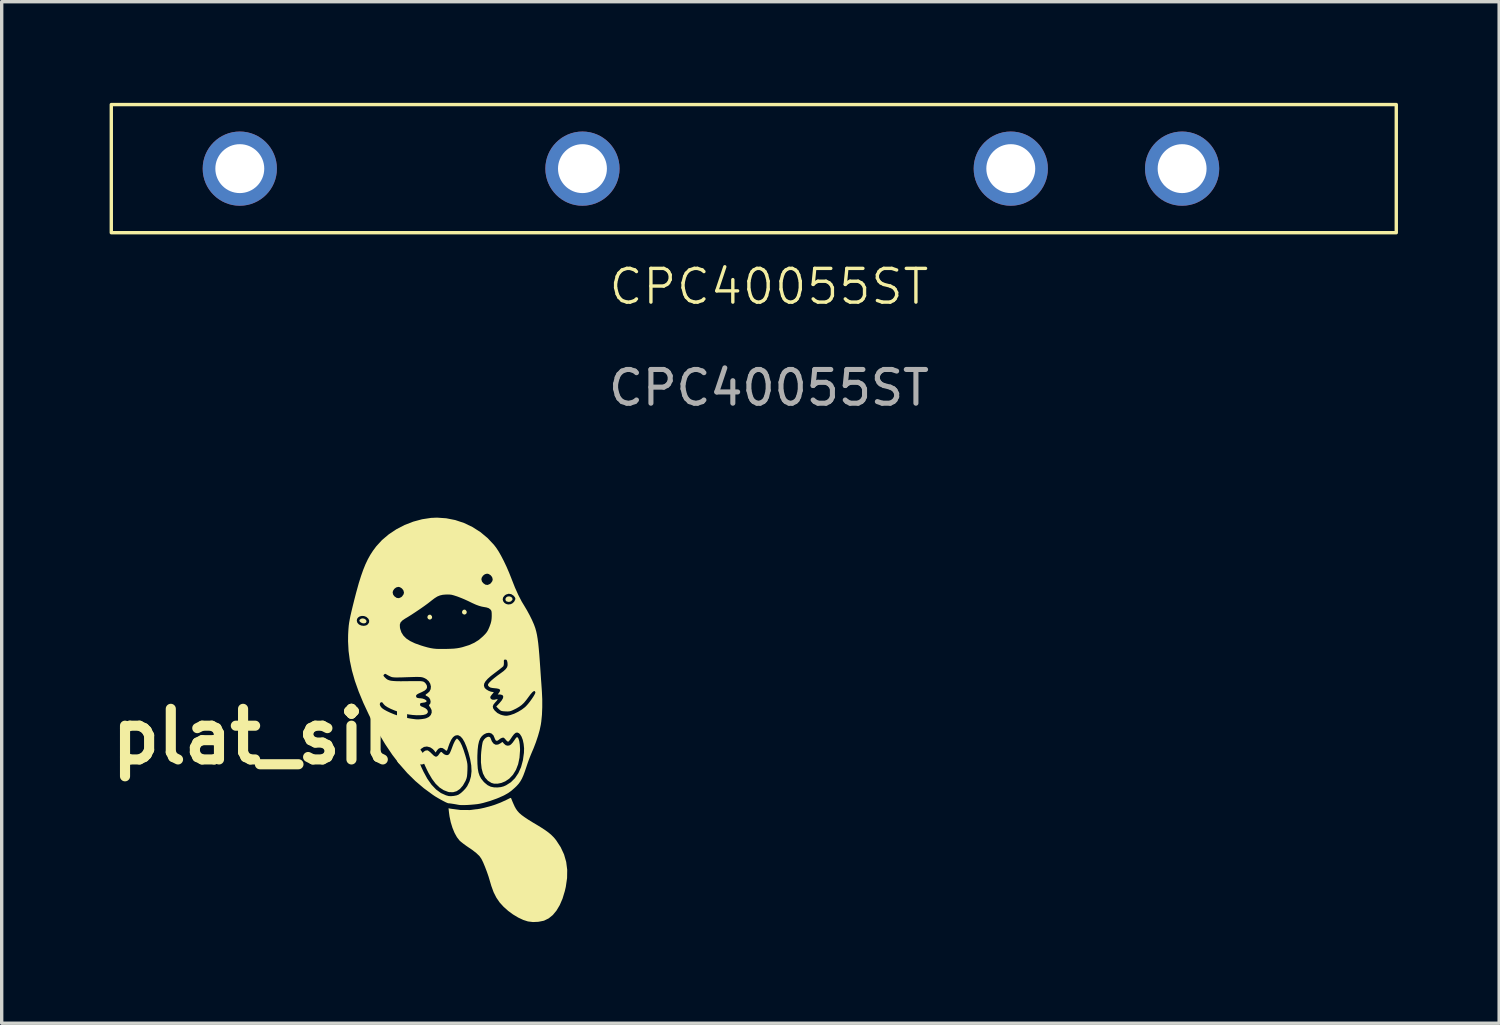
<source format=kicad_pcb>
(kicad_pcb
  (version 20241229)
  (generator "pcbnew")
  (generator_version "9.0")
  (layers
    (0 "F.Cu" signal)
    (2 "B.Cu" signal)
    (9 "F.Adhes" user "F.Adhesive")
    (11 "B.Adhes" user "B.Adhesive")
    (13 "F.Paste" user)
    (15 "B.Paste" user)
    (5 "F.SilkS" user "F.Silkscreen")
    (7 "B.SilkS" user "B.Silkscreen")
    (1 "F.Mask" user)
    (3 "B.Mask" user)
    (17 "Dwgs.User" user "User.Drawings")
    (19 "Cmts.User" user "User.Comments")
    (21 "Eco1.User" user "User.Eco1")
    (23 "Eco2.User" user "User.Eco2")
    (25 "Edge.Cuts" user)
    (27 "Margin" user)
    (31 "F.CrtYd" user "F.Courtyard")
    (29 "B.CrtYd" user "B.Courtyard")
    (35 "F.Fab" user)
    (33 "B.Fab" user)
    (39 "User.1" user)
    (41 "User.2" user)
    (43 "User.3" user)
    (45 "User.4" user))
  (footprint "CPC40055ST"
    (layer "F.Cu")
    (at 0.25 1.95)
    (property "Reference" "CPC40055ST" (at 19.5 3.5 0) (unlocked yes) (layer "F.SilkS") (effects (font (size 1 1) (thickness 0.1))))
    (attr through_hole)
    (fp_rect (start 0 -1.9) (end 38.1 1.9) (stroke (width 0.1) (type default)) (fill no) (layer "F.SilkS"))
    (fp_text user "${REFERENCE}" (at 19.5 6.5 0) (unlocked yes) (layer "F.Fab") (effects (font (size 1 1) (thickness 0.15))))
    (pad "1" thru_hole circle (at 3.81 0) (size 2.2 2.2) (drill 1.45) (layers "*.Cu" "*.Mask"))
    (pad "2" thru_hole circle (at 13.97 0) (size 2.2 2.2) (drill 1.45) (layers "*.Cu" "*.Mask"))
    (pad "3" thru_hole circle (at 26.67 0) (size 2.2 2.2) (drill 1.45) (layers "*.Cu" "*.Mask"))
    (pad "4" thru_hole circle (at 31.75 0) (size 2.2 2.2) (drill 1.45) (layers "*.Cu" "*.Mask")))
  (footprint "plat_silk"
    (layer "F.Cu")
    (at 10.514 18.289)
    (property "Reference" "plat_silk" (at -5.5 0.5 0) (layer "F.SilkS") (effects (font (size 1.5 1.5) (thickness 0.3))))
    (attr board_only exclude_from_pos_files exclude_from_bom)
    (fp_poly (pts (xy -0.789 -3.105) (xy -0.757 -3.069) (xy -0.752 -3.025) (xy -0.771 -2.988) (xy -0.811 -2.968) (xy -0.821 -2.967) (xy -0.861 -2.981) (xy -0.876 -2.994) (xy -0.893 -3.036) (xy -0.883 -3.077) (xy -0.854 -3.106) (xy -0.815 -3.115)) (stroke (width 0) (type solid)) (fill yes) (layer "F.SilkS"))
    (fp_poly (pts (xy 0.238 -3.255) (xy 0.27 -3.218) (xy 0.275 -3.175) (xy 0.256 -3.137) (xy 0.216 -3.117) (xy 0.205 -3.117) (xy 0.166 -3.13) (xy 0.15 -3.144) (xy 0.134 -3.185) (xy 0.144 -3.226) (xy 0.173 -3.256) (xy 0.212 -3.264)) (stroke (width 0) (type solid)) (fill yes) (layer "F.SilkS"))
    (fp_poly (pts (xy 1.587 -3.641) (xy 1.621 -3.613) (xy 1.633 -3.575) (xy 1.626 -3.55) (xy 1.584 -3.507) (xy 1.525 -3.491) (xy 1.462 -3.504) (xy 1.451 -3.51) (xy 1.423 -3.545) (xy 1.424 -3.59) (xy 1.448 -3.629) (xy 1.491 -3.653) (xy 1.541 -3.656)) (stroke (width 0) (type solid)) (fill yes) (layer "F.SilkS"))
    (fp_poly (pts (xy -2.752 -2.99) (xy -2.71 -2.956) (xy -2.705 -2.947) (xy -2.697 -2.905) (xy -2.716 -2.874) (xy -2.755 -2.858) (xy -2.805 -2.858) (xy -2.858 -2.878) (xy -2.877 -2.892) (xy -2.906 -2.922) (xy -2.907 -2.949) (xy -2.9 -2.962) (xy -2.861 -2.994) (xy -2.807 -3.004)) (stroke (width 0) (type solid)) (fill yes) (layer "F.SilkS"))
    (fp_poly (pts (xy 0.967 0.522) (xy 0.981 0.546) (xy 1.022 0.647) (xy 1.073 0.712) (xy 1.134 0.743) (xy 1.204 0.737) (xy 1.271 0.703) (xy 1.334 0.659) (xy 1.382 0.715) (xy 1.433 0.758) (xy 1.489 0.771) (xy 1.489 0.771) (xy 1.54 0.763) (xy 1.587 0.734) (xy 1.637 0.68) (xy 1.693 0.601) (xy 1.731 0.546) (xy 1.758 0.52) (xy 1.777 0.519) (xy 1.781 0.522) (xy 1.811 0.566) (xy 1.833 0.642) (xy 1.848 0.744) (xy 1.855 0.868) (xy 1.855 0.914) (xy 1.839 1.127) (xy 1.799 1.319) (xy 1.734 1.488) (xy 1.646 1.631) (xy 1.536 1.748) (xy 1.417 1.828) (xy 1.303 1.875) (xy 1.188 1.898) (xy 1.082 1.896) (xy 1.008 1.875) (xy 0.902 1.809) (xy 0.818 1.715) (xy 0.756 1.594) (xy 0.716 1.443) (xy 0.696 1.263) (xy 0.698 1.053) (xy 0.705 0.955) (xy 0.716 0.857) (xy 0.728 0.767) (xy 0.741 0.695) (xy 0.752 0.65) (xy 0.753 0.647) (xy 0.789 0.587) (xy 0.835 0.541) (xy 0.885 0.513) (xy 0.932 0.505)) (stroke (width 0) (type solid)) (fill yes) (layer "F.SilkS"))
    (fp_poly (pts (xy 0.029 0.598) (xy 0.078 0.661) (xy 0.129 0.762) (xy 0.181 0.898) (xy 0.236 1.071) (xy 0.236 1.072) (xy 0.264 1.171) (xy 0.282 1.247) (xy 0.293 1.312) (xy 0.297 1.378) (xy 0.296 1.459) (xy 0.295 1.502) (xy 0.29 1.601) (xy 0.283 1.674) (xy 0.271 1.731) (xy 0.252 1.784) (xy 0.239 1.815) (xy 0.162 1.951) (xy 0.074 2.053) (xy -0.024 2.12) (xy -0.131 2.151) (xy -0.247 2.147) (xy -0.281 2.139) (xy -0.411 2.089) (xy -0.532 2.01) (xy -0.646 1.9) (xy -0.753 1.758) (xy -0.857 1.581) (xy -0.897 1.502) (xy -0.958 1.373) (xy -1.003 1.272) (xy -1.034 1.192) (xy -1.05 1.13) (xy -1.056 1.08) (xy -1.05 1.036) (xy -1.045 1.016) (xy -1.01 0.957) (xy -0.956 0.919) (xy -0.896 0.908) (xy -0.886 0.91) (xy -0.855 0.927) (xy -0.809 0.963) (xy -0.762 1.009) (xy -0.7 1.068) (xy -0.652 1.096) (xy -0.61 1.092) (xy -0.571 1.058) (xy -0.548 1.026) (xy -0.513 0.977) (xy -0.488 0.956) (xy -0.466 0.961) (xy -0.447 0.981) (xy -0.398 1.024) (xy -0.341 1.048) (xy -0.291 1.05) (xy -0.28 1.045) (xy -0.257 1.03) (xy -0.237 1.008) (xy -0.217 0.971) (xy -0.193 0.915) (xy -0.161 0.832) (xy -0.149 0.798) (xy -0.119 0.721) (xy -0.087 0.654) (xy -0.061 0.608) (xy -0.053 0.598) (xy -0.015 0.557)) (stroke (width 0) (type solid)) (fill yes) (layer "F.SilkS"))
    (fp_poly (pts (xy 1.589 2.327) (xy 1.598 2.345) (xy 1.611 2.38) (xy 1.634 2.436) (xy 1.658 2.491) (xy 1.695 2.573) (xy 1.734 2.643) (xy 1.779 2.707) (xy 1.833 2.767) (xy 1.902 2.827) (xy 1.99 2.891) (xy 2.099 2.964) (xy 2.235 3.048) (xy 2.327 3.102) (xy 2.479 3.195) (xy 2.603 3.276) (xy 2.704 3.35) (xy 2.786 3.42) (xy 2.857 3.491) (xy 2.92 3.567) (xy 2.928 3.578) (xy 3.061 3.782) (xy 3.16 3.995) (xy 3.224 4.217) (xy 3.254 4.45) (xy 3.25 4.696) (xy 3.212 4.957) (xy 3.183 5.082) (xy 3.116 5.304) (xy 3.033 5.497) (xy 2.936 5.66) (xy 2.827 5.792) (xy 2.705 5.891) (xy 2.573 5.956) (xy 2.551 5.963) (xy 2.398 5.993) (xy 2.238 6) (xy 2.09 5.982) (xy 1.952 5.938) (xy 1.801 5.867) (xy 1.646 5.774) (xy 1.508 5.673) (xy 1.367 5.547) (xy 1.25 5.418) (xy 1.153 5.276) (xy 1.072 5.116) (xy 1.004 4.93) (xy 0.962 4.787) (xy 0.922 4.653) (xy 0.872 4.508) (xy 0.817 4.364) (xy 0.762 4.232) (xy 0.71 4.127) (xy 0.652 4.044) (xy 0.559 3.955) (xy 0.433 3.857) (xy 0.345 3.798) (xy 0.259 3.739) (xy 0.177 3.679) (xy 0.108 3.625) (xy 0.061 3.583) (xy -0.015 3.485) (xy -0.086 3.358) (xy -0.148 3.207) (xy -0.199 3.041) (xy -0.236 2.866) (xy -0.251 2.755) (xy -0.265 2.626) (xy -0.202 2.639) (xy 0.081 2.677) (xy 0.366 2.679) (xy 0.653 2.643) (xy 0.747 2.623) (xy 0.938 2.575) (xy 1.112 2.521) (xy 1.281 2.456) (xy 1.458 2.375) (xy 1.572 2.318)) (stroke (width 0) (type solid)) (fill yes) (layer "F.SilkS"))
    (fp_poly (pts (xy -0.334 -5.972) (xy -0.065 -5.919) (xy 0.196 -5.832) (xy 0.444 -5.713) (xy 0.677 -5.565) (xy 0.889 -5.389) (xy 1.079 -5.188) (xy 1.144 -5.104) (xy 1.214 -4.999) (xy 1.291 -4.865) (xy 1.372 -4.709) (xy 1.454 -4.537) (xy 1.532 -4.356) (xy 1.605 -4.172) (xy 1.605 -4.171) (xy 1.705 -3.918) (xy 1.804 -3.698) (xy 1.903 -3.506) (xy 1.986 -3.369) (xy 2.063 -3.239) (xy 2.139 -3.099) (xy 2.209 -2.958) (xy 2.267 -2.826) (xy 2.308 -2.714) (xy 2.31 -2.706) (xy 2.335 -2.616) (xy 2.357 -2.517) (xy 2.376 -2.403) (xy 2.394 -2.271) (xy 2.41 -2.115) (xy 2.426 -1.932) (xy 2.442 -1.716) (xy 2.444 -1.689) (xy 2.455 -1.531) (xy 2.466 -1.366) (xy 2.477 -1.205) (xy 2.488 -1.055) (xy 2.497 -0.927) (xy 2.503 -0.84) (xy 2.514 -0.603) (xy 2.514 -0.369) (xy 2.505 -0.146) (xy 2.485 0.055) (xy 2.471 0.149) (xy 2.438 0.306) (xy 2.388 0.482) (xy 2.326 0.668) (xy 2.256 0.85) (xy 2.215 0.945) (xy 2.174 1.042) (xy 2.128 1.158) (xy 2.084 1.279) (xy 2.052 1.375) (xy 2.001 1.526) (xy 1.956 1.647) (xy 1.912 1.746) (xy 1.866 1.827) (xy 1.815 1.899) (xy 1.754 1.967) (xy 1.695 2.023) (xy 1.596 2.109) (xy 1.502 2.176) (xy 1.394 2.237) (xy 1.354 2.257) (xy 1.172 2.336) (xy 0.968 2.409) (xy 0.76 2.469) (xy 0.663 2.491) (xy 0.592 2.503) (xy 0.5 2.513) (xy 0.395 2.522) (xy 0.289 2.529) (xy 0.19 2.532) (xy 0.109 2.532) (xy 0.056 2.528) (xy 0.014 2.521) (xy -0.05 2.509) (xy -0.121 2.497) (xy -0.188 2.487) (xy -0.239 2.48) (xy -0.266 2.479) (xy -0.266 2.479) (xy -0.293 2.472) (xy -0.344 2.45) (xy -0.413 2.415) (xy -0.493 2.372) (xy -0.578 2.324) (xy -0.66 2.275) (xy -0.729 2.229) (xy -0.996 2.033) (xy -1.248 1.819) (xy -1.487 1.584) (xy -1.713 1.326) (xy -1.9 1.082) (xy -1.169 1.082) (xy -1.156 1.17) (xy -1.123 1.277) (xy -1.071 1.407) (xy -1.008 1.541) (xy -0.893 1.753) (xy -0.768 1.929) (xy -0.635 2.069) (xy -0.492 2.174) (xy -0.342 2.242) (xy -0.261 2.264) (xy -0.194 2.268) (xy -0.112 2.261) (xy -0.032 2.246) (xy 0.025 2.226) (xy 0.092 2.182) (xy 0.166 2.117) (xy 0.235 2.044) (xy 0.287 1.974) (xy 0.29 1.969) (xy 0.358 1.83) (xy 0.4 1.684) (xy 0.417 1.528) (xy 0.409 1.356) (xy 0.375 1.165) (xy 0.368 1.138) (xy 0.589 1.138) (xy 0.592 1.309) (xy 0.602 1.449) (xy 0.623 1.565) (xy 0.655 1.661) (xy 0.7 1.745) (xy 0.761 1.823) (xy 0.804 1.868) (xy 0.894 1.942) (xy 0.985 1.987) (xy 1.089 2.008) (xy 1.189 2.009) (xy 1.286 1.999) (xy 1.368 1.977) (xy 1.443 1.944) (xy 1.584 1.854) (xy 1.706 1.733) (xy 1.806 1.584) (xy 1.885 1.408) (xy 1.94 1.206) (xy 1.971 0.984) (xy 1.975 0.849) (xy 1.962 0.718) (xy 1.937 0.6) (xy 1.899 0.501) (xy 1.852 0.428) (xy 1.819 0.399) (xy 1.771 0.38) (xy 1.725 0.39) (xy 1.676 0.431) (xy 1.62 0.504) (xy 1.602 0.532) (xy 1.563 0.59) (xy 1.528 0.633) (xy 1.504 0.653) (xy 1.501 0.653) (xy 1.474 0.639) (xy 1.44 0.605) (xy 1.435 0.598) (xy 1.401 0.559) (xy 1.371 0.534) (xy 1.368 0.533) (xy 1.325 0.535) (xy 1.268 0.563) (xy 1.219 0.602) (xy 1.174 0.628) (xy 1.138 0.618) (xy 1.111 0.572) (xy 1.102 0.546) (xy 1.065 0.462) (xy 1.008 0.409) (xy 0.937 0.388) (xy 0.855 0.401) (xy 0.783 0.437) (xy 0.723 0.488) (xy 0.675 0.555) (xy 0.639 0.642) (xy 0.614 0.753) (xy 0.598 0.892) (xy 0.59 1.062) (xy 0.589 1.138) (xy 0.368 1.138) (xy 0.324 0.971) (xy 0.267 0.801) (xy 0.21 0.666) (xy 0.153 0.567) (xy 0.094 0.5) (xy 0.032 0.465) (xy -0.009 0.459) (xy -0.073 0.474) (xy -0.131 0.518) (xy -0.185 0.595) (xy -0.236 0.706) (xy -0.271 0.802) (xy -0.293 0.872) (xy -0.31 0.91) (xy -0.326 0.922) (xy -0.346 0.912) (xy -0.371 0.889) (xy -0.438 0.843) (xy -0.503 0.834) (xy -0.563 0.861) (xy -0.604 0.906) (xy -0.649 0.973) (xy -0.691 0.913) (xy -0.736 0.868) (xy -0.795 0.828) (xy -0.815 0.818) (xy -0.906 0.795) (xy -0.993 0.808) (xy -1.071 0.858) (xy -1.098 0.885) (xy -1.139 0.944) (xy -1.163 1.008) (xy -1.169 1.082) (xy -1.9 1.082) (xy -1.931 1.042) (xy -2.141 0.729) (xy -2.347 0.386) (xy -2.549 0.008) (xy -2.623 -0.14) (xy -2.771 -0.457) (xy -2.304 -0.457) (xy -2.288 -0.405) (xy -2.246 -0.351) (xy -2.237 -0.343) (xy -2.18 -0.302) (xy -2.095 -0.255) (xy -1.991 -0.206) (xy -1.875 -0.158) (xy -1.756 -0.117) (xy -1.754 -0.116) (xy -1.635 -0.082) (xy -1.512 -0.054) (xy -1.374 -0.03) (xy -1.241 -0.012) (xy -1.165 -0.009) (xy -1.071 -0.016) (xy -0.978 -0.03) (xy -0.929 -0.042) (xy -0.847 -0.081) (xy -0.791 -0.139) (xy -0.764 -0.209) (xy -0.767 -0.285) (xy -0.804 -0.36) (xy -0.812 -0.37) (xy -0.841 -0.413) (xy -0.841 -0.438) (xy -0.839 -0.439) (xy -0.805 -0.479) (xy -0.796 -0.535) (xy -0.808 -0.596) (xy -0.84 -0.652) (xy -0.89 -0.691) (xy -0.894 -0.693) (xy -0.938 -0.716) (xy -0.947 -0.737) (xy -0.922 -0.761) (xy -0.896 -0.777) (xy -0.831 -0.834) (xy -0.795 -0.906) (xy -0.787 -0.986) (xy -0.794 -1.012) (xy 0.784 -1.012) (xy 0.801 -0.957) (xy 0.814 -0.935) (xy 0.857 -0.896) (xy 0.92 -0.858) (xy 0.989 -0.831) (xy 1.042 -0.822) (xy 1.068 -0.82) (xy 1.073 -0.811) (xy 1.056 -0.787) (xy 1.028 -0.755) (xy 0.994 -0.711) (xy 0.973 -0.676) (xy 0.971 -0.667) (xy 0.987 -0.62) (xy 1.029 -0.594) (xy 1.092 -0.591) (xy 1.122 -0.598) (xy 1.166 -0.607) (xy 1.191 -0.607) (xy 1.192 -0.606) (xy 1.185 -0.589) (xy 1.158 -0.554) (xy 1.123 -0.517) (xy 1.068 -0.45) (xy 1.047 -0.392) (xy 1.058 -0.336) (xy 1.102 -0.273) (xy 1.104 -0.27) (xy 1.183 -0.198) (xy 1.276 -0.151) (xy 1.338 -0.132) (xy 1.398 -0.12) (xy 1.444 -0.116) (xy 1.492 -0.121) (xy 1.556 -0.135) (xy 1.578 -0.141) (xy 1.683 -0.177) (xy 1.797 -0.233) (xy 1.907 -0.299) (xy 1.999 -0.369) (xy 2.031 -0.399) (xy 2.089 -0.463) (xy 2.148 -0.537) (xy 2.204 -0.615) (xy 2.253 -0.688) (xy 2.289 -0.751) (xy 2.309 -0.796) (xy 2.31 -0.81) (xy 2.295 -0.847) (xy 2.266 -0.848) (xy 2.222 -0.816) (xy 2.164 -0.75) (xy 2.121 -0.692) (xy 2.041 -0.584) (xy 1.971 -0.5) (xy 1.903 -0.436) (xy 1.829 -0.382) (xy 1.743 -0.332) (xy 1.715 -0.318) (xy 1.639 -0.281) (xy 1.583 -0.258) (xy 1.536 -0.247) (xy 1.484 -0.244) (xy 1.423 -0.246) (xy 1.351 -0.251) (xy 1.303 -0.26) (xy 1.268 -0.278) (xy 1.232 -0.309) (xy 1.219 -0.321) (xy 1.15 -0.39) (xy 1.246 -0.492) (xy 1.313 -0.573) (xy 1.351 -0.641) (xy 1.357 -0.693) (xy 1.334 -0.729) (xy 1.28 -0.746) (xy 1.257 -0.747) (xy 1.193 -0.747) (xy 1.235 -0.803) (xy 1.263 -0.852) (xy 1.262 -0.888) (xy 1.23 -0.912) (xy 1.165 -0.927) (xy 1.104 -0.933) (xy 1.025 -0.942) (xy 0.972 -0.955) (xy 0.937 -0.977) (xy 0.932 -0.982) (xy 0.905 -1.017) (xy 0.907 -1.048) (xy 0.912 -1.059) (xy 0.946 -1.103) (xy 1.006 -1.163) (xy 1.089 -1.233) (xy 1.188 -1.31) (xy 1.274 -1.372) (xy 1.369 -1.442) (xy 1.433 -1.502) (xy 1.472 -1.558) (xy 1.487 -1.616) (xy 1.484 -1.682) (xy 1.482 -1.697) (xy 1.469 -1.75) (xy 1.452 -1.775) (xy 1.425 -1.782) (xy 1.418 -1.782) (xy 1.39 -1.779) (xy 1.377 -1.763) (xy 1.375 -1.725) (xy 1.377 -1.698) (xy 1.375 -1.637) (xy 1.363 -1.592) (xy 1.358 -1.584) (xy 1.335 -1.563) (xy 1.288 -1.525) (xy 1.223 -1.474) (xy 1.146 -1.415) (xy 1.114 -1.391) (xy 0.987 -1.293) (xy 0.893 -1.209) (xy 0.829 -1.135) (xy 0.793 -1.071) (xy 0.784 -1.012) (xy -0.794 -1.012) (xy -0.807 -1.066) (xy -0.852 -1.141) (xy -0.921 -1.203) (xy -0.973 -1.231) (xy -1.006 -1.245) (xy -1.037 -1.255) (xy -1.071 -1.262) (xy -1.114 -1.266) (xy -1.172 -1.267) (xy -1.251 -1.267) (xy -1.355 -1.264) (xy -1.491 -1.26) (xy -1.494 -1.26) (xy -1.631 -1.255) (xy -1.736 -1.253) (xy -1.815 -1.252) (xy -1.872 -1.254) (xy -1.915 -1.258) (xy -1.947 -1.264) (xy -1.975 -1.274) (xy -1.999 -1.285) (xy -2.055 -1.313) (xy -2.101 -1.339) (xy -2.113 -1.348) (xy -2.144 -1.361) (xy -2.172 -1.345) (xy -2.177 -1.34) (xy -2.193 -1.319) (xy -2.192 -1.299) (xy -2.168 -1.269) (xy -2.143 -1.244) (xy -2.109 -1.212) (xy -2.072 -1.187) (xy -2.028 -1.169) (xy -1.972 -1.155) (xy -1.9 -1.147) (xy -1.807 -1.142) (xy -1.688 -1.14) (xy -1.538 -1.141) (xy -1.474 -1.142) (xy -1.333 -1.144) (xy -1.225 -1.144) (xy -1.145 -1.144) (xy -1.087 -1.142) (xy -1.046 -1.137) (xy -1.018 -1.131) (xy -0.997 -1.122) (xy -0.979 -1.11) (xy -0.977 -1.109) (xy -0.935 -1.064) (xy -0.908 -1.012) (xy -0.907 -1.011) (xy -0.902 -0.956) (xy -0.922 -0.908) (xy -0.971 -0.864) (xy -1.052 -0.821) (xy -1.086 -0.806) (xy -1.157 -0.774) (xy -1.2 -0.749) (xy -1.222 -0.725) (xy -1.228 -0.704) (xy -1.221 -0.667) (xy -1.186 -0.645) (xy -1.121 -0.635) (xy -1.096 -0.635) (xy -1.039 -0.627) (xy -0.982 -0.608) (xy -0.937 -0.582) (xy -0.915 -0.556) (xy -0.914 -0.552) (xy -0.926 -0.529) (xy -0.964 -0.513) (xy -1.033 -0.502) (xy -1.054 -0.5) (xy -1.095 -0.49) (xy -1.11 -0.465) (xy -1.11 -0.449) (xy -1.103 -0.417) (xy -1.074 -0.395) (xy -1.034 -0.379) (xy -0.956 -0.343) (xy -0.903 -0.299) (xy -0.878 -0.252) (xy -0.882 -0.208) (xy -0.918 -0.17) (xy -0.942 -0.158) (xy -1.008 -0.141) (xy -1.1 -0.133) (xy -1.211 -0.132) (xy -1.33 -0.14) (xy -1.447 -0.155) (xy -1.473 -0.16) (xy -1.606 -0.19) (xy -1.739 -0.229) (xy -1.866 -0.274) (xy -1.98 -0.322) (xy -2.077 -0.372) (xy -2.149 -0.42) (xy -2.192 -0.465) (xy -2.195 -0.47) (xy -2.228 -0.513) (xy -2.264 -0.519) (xy -2.294 -0.497) (xy -2.304 -0.457) (xy -2.771 -0.457) (xy -2.79 -0.497) (xy -2.929 -0.833) (xy -3.042 -1.151) (xy -3.129 -1.457) (xy -3.191 -1.751) (xy -3.229 -2.039) (xy -3.244 -2.324) (xy -3.242 -2.51) (xy -3.237 -2.614) (xy -3.231 -2.706) (xy -3.223 -2.794) (xy -3.211 -2.882) (xy -3.202 -2.93) (xy -2.985 -2.93) (xy -2.967 -2.873) (xy -2.921 -2.823) (xy -2.854 -2.792) (xy -2.779 -2.782) (xy -2.708 -2.795) (xy -2.671 -2.818) (xy -1.709 -2.818) (xy -1.706 -2.737) (xy -1.698 -2.694) (xy -1.662 -2.587) (xy -1.602 -2.492) (xy -1.518 -2.408) (xy -1.405 -2.333) (xy -1.261 -2.264) (xy -1.084 -2.201) (xy -0.997 -2.174) (xy -0.89 -2.144) (xy -0.799 -2.123) (xy -0.715 -2.109) (xy -0.627 -2.1) (xy -0.526 -2.097) (xy -0.402 -2.097) (xy -0.336 -2.098) (xy -0.208 -2.102) (xy -0.108 -2.107) (xy -0.026 -2.116) (xy 0.049 -2.128) (xy 0.126 -2.145) (xy 0.156 -2.153) (xy 0.343 -2.211) (xy 0.501 -2.282) (xy 0.637 -2.368) (xy 0.758 -2.473) (xy 0.825 -2.541) (xy 0.872 -2.599) (xy 0.907 -2.658) (xy 0.94 -2.732) (xy 0.952 -2.762) (xy 0.985 -2.853) (xy 1.004 -2.929) (xy 1.013 -3.005) (xy 1.016 -3.074) (xy 1.015 -3.152) (xy 1.011 -3.202) (xy 1.001 -3.236) (xy 0.982 -3.262) (xy 0.97 -3.274) (xy 0.927 -3.306) (xy 0.864 -3.327) (xy 0.802 -3.338) (xy 0.721 -3.353) (xy 0.639 -3.376) (xy 0.549 -3.409) (xy 0.442 -3.457) (xy 0.323 -3.515) (xy 0.225 -3.56) (xy 0.203 -3.57) (xy 1.341 -3.57) (xy 1.354 -3.514) (xy 1.389 -3.466) (xy 1.44 -3.432) (xy 1.503 -3.416) (xy 1.574 -3.424) (xy 1.624 -3.446) (xy 1.678 -3.495) (xy 1.711 -3.557) (xy 1.717 -3.595) (xy 1.705 -3.625) (xy 1.674 -3.666) (xy 1.662 -3.678) (xy 1.594 -3.723) (xy 1.517 -3.734) (xy 1.44 -3.711) (xy 1.401 -3.684) (xy 1.355 -3.628) (xy 1.341 -3.57) (xy 0.203 -3.57) (xy 0.112 -3.608) (xy 0.006 -3.649) (xy -0.017 -3.657) (xy -0.107 -3.686) (xy -0.176 -3.704) (xy -0.239 -3.711) (xy -0.31 -3.712) (xy -0.344 -3.711) (xy -0.439 -3.703) (xy -0.52 -3.684) (xy -0.598 -3.652) (xy -0.679 -3.601) (xy -0.775 -3.528) (xy -0.802 -3.506) (xy -0.882 -3.444) (xy -0.986 -3.368) (xy -1.105 -3.285) (xy -1.233 -3.199) (xy -1.36 -3.115) (xy -1.478 -3.041) (xy -1.554 -2.996) (xy -1.637 -2.939) (xy -1.688 -2.883) (xy -1.709 -2.818) (xy -2.671 -2.818) (xy -2.659 -2.827) (xy -2.62 -2.885) (xy -2.619 -2.947) (xy -2.646 -2.998) (xy -2.703 -3.048) (xy -2.768 -3.073) (xy -2.834 -3.077) (xy -2.896 -3.063) (xy -2.946 -3.031) (xy -2.978 -2.986) (xy -2.985 -2.93) (xy -3.202 -2.93) (xy -3.194 -2.977) (xy -3.172 -3.085) (xy -3.143 -3.211) (xy -3.107 -3.361) (xy -3.062 -3.541) (xy -3.062 -3.542) (xy -3.003 -3.77) (xy -1.922 -3.77) (xy -1.906 -3.706) (xy -1.868 -3.656) (xy -1.802 -3.611) (xy -1.736 -3.603) (xy -1.669 -3.632) (xy -1.641 -3.656) (xy -1.597 -3.719) (xy -1.586 -3.77) (xy -1.603 -3.834) (xy -1.646 -3.89) (xy -1.705 -3.928) (xy -1.754 -3.938) (xy -1.818 -3.921) (xy -1.874 -3.878) (xy -1.912 -3.819) (xy -1.922 -3.77) (xy -3.003 -3.77) (xy -2.991 -3.813) (xy -2.925 -4.052) (xy -2.89 -4.162) (xy 0.709 -4.162) (xy 0.726 -4.097) (xy 0.764 -4.048) (xy 0.829 -4.003) (xy 0.896 -3.995) (xy 0.962 -4.024) (xy 0.991 -4.048) (xy 1.035 -4.111) (xy 1.045 -4.162) (xy 1.028 -4.226) (xy 0.985 -4.282) (xy 0.926 -4.32) (xy 0.877 -4.33) (xy 0.813 -4.313) (xy 0.757 -4.27) (xy 0.719 -4.211) (xy 0.709 -4.162) (xy -2.89 -4.162) (xy -2.859 -4.261) (xy -2.794 -4.445) (xy -2.728 -4.608) (xy -2.658 -4.755) (xy -2.584 -4.888) (xy -2.503 -5.013) (xy -2.414 -5.132) (xy -2.409 -5.139) (xy -2.236 -5.328) (xy -2.034 -5.498) (xy -1.81 -5.647) (xy -1.567 -5.773) (xy -1.312 -5.872) (xy -1.049 -5.943) (xy -0.785 -5.983) (xy -0.607 -5.991)) (stroke (width 0) (type solid)) (fill yes) (layer "F.SilkS")))
  (gr_rect
    (start -3 -3)
    (end 41.4 27.289)
    (stroke (width 0.1) (type default))
    (fill no)
    (layer "Edge.Cuts")))
</source>
